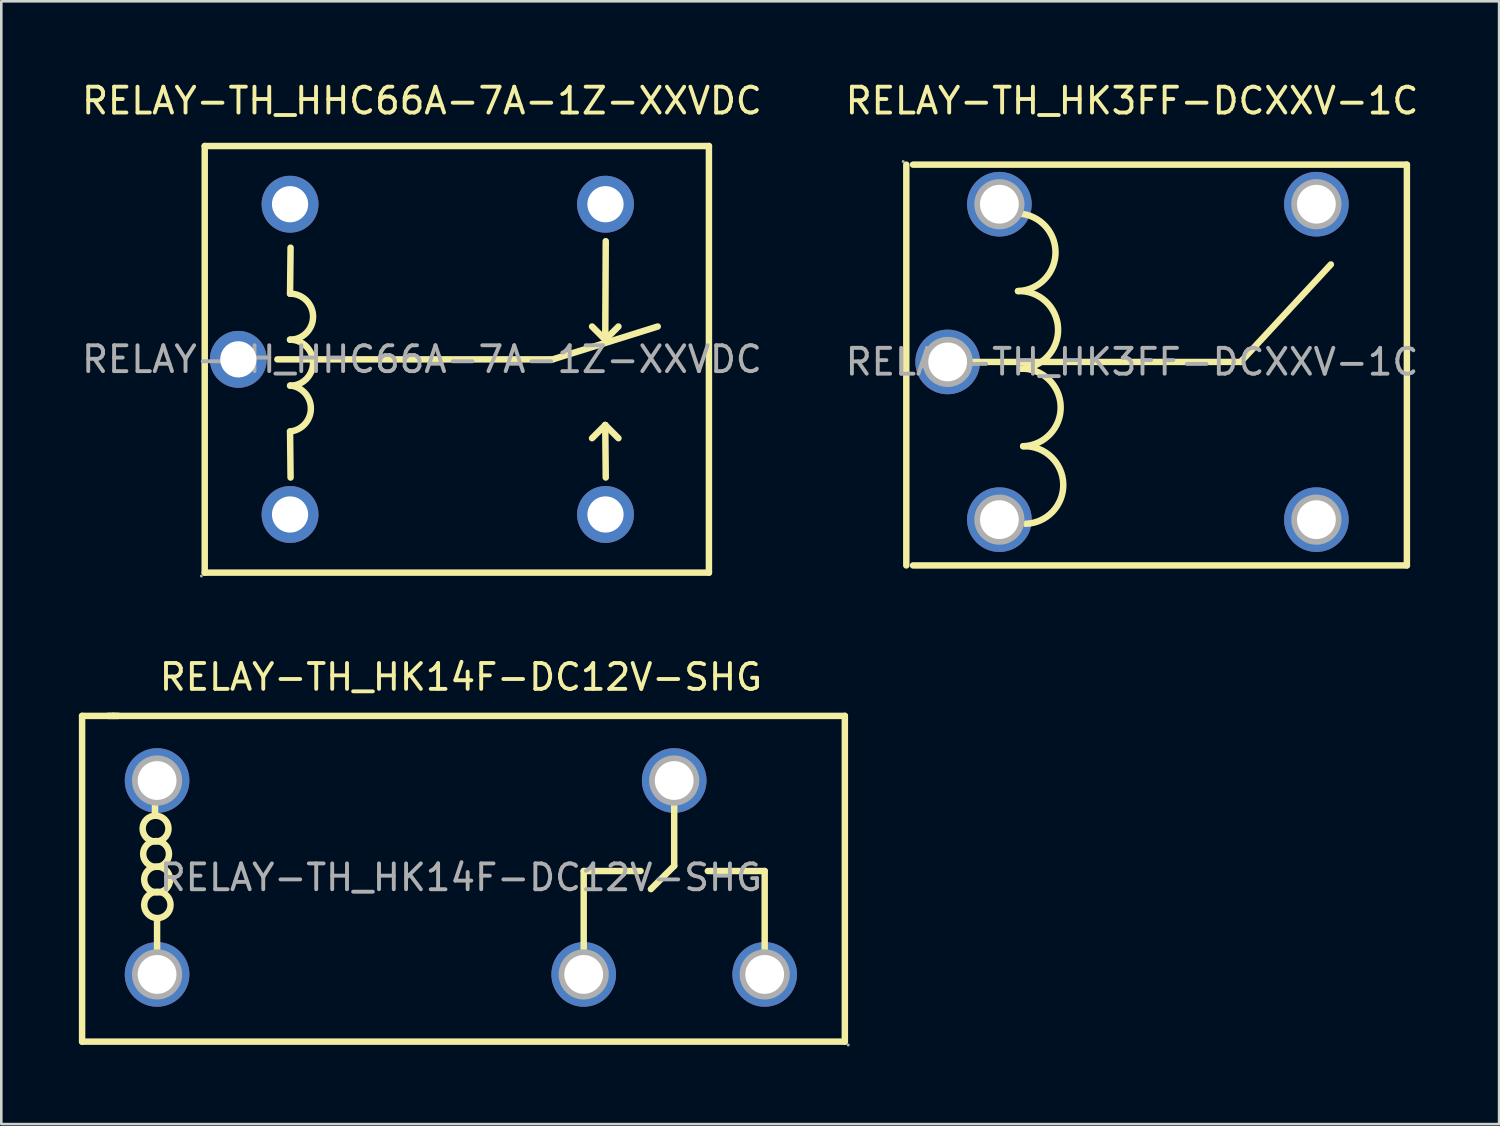
<source format=kicad_pcb>
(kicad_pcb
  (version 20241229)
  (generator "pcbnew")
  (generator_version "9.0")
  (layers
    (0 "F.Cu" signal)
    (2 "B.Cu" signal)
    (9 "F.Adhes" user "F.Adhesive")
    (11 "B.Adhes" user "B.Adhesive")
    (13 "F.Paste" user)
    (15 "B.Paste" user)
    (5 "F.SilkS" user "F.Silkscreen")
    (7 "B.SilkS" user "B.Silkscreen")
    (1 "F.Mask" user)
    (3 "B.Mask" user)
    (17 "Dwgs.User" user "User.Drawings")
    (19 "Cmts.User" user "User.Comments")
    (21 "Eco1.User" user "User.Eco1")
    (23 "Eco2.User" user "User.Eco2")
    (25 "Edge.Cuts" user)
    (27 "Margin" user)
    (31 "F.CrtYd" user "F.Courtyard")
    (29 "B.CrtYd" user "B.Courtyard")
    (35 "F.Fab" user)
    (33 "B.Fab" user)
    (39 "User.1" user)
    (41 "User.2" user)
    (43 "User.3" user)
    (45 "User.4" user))
  (footprint "RELAY-TH_HK14F-DC12V-SHG"
    (layer "F.Cu")
    (at 14.775 30.887)
    (property "Reference" "RELAY-TH_HK14F-DC12V-SHG" (at 0 -7.75 0) (layer "F.SilkS") (effects (font (size 1 1) (thickness 0.15))))
    (attr through_hole)
    (fp_line (start -14.65 -6.25) (end -14.65 6.35) (stroke (width 0.25) (type solid)) (layer "F.SilkS"))
    (fp_line (start -14.65 6.35) (end 14.85 6.35) (stroke (width 0.25) (type solid)) (layer "F.SilkS"))
    (fp_line (start -13.45 -6.25) (end -13.65 -6.25) (stroke (width 0.25) (type solid)) (layer "F.SilkS"))
    (fp_line (start -13.25 -6.25) (end -14.65 -6.25) (stroke (width 0.25) (type solid)) (layer "F.SilkS"))
    (fp_line (start -11.83 -3.59) (end -11.73 -3.69) (stroke (width 0.25) (type solid)) (layer "F.SilkS"))
    (fp_line (start -11.83 -2.39) (end -11.83 -3.59) (stroke (width 0.25) (type solid)) (layer "F.SilkS"))
    (fp_line (start -11.75 1.65) (end -11.75 2.95) (stroke (width 0.25) (type solid)) (layer "F.SilkS"))
    (fp_line (start 4.75 -0.25) (end 6.95 -0.25) (stroke (width 0.25) (type solid)) (layer "F.SilkS"))
    (fp_line (start 4.75 2.85) (end 4.75 -0.25) (stroke (width 0.25) (type solid)) (layer "F.SilkS"))
    (fp_line (start 8.25 -2.85) (end 8.25 -0.45) (stroke (width 0.25) (type solid)) (layer "F.SilkS"))
    (fp_line (start 8.25 -0.45) (end 7.35 0.45) (stroke (width 0.25) (type solid)) (layer "F.SilkS"))
    (fp_line (start 11.75 -0.25) (end 9.55 -0.25) (stroke (width 0.25) (type solid)) (layer "F.SilkS"))
    (fp_line (start 11.75 2.85) (end 11.75 -0.25) (stroke (width 0.25) (type solid)) (layer "F.SilkS"))
    (fp_line (start 14.85 -6.25) (end -13.45 -6.25) (stroke (width 0.25) (type solid)) (layer "F.SilkS"))
    (fp_line (start 14.85 6.35) (end 14.85 -6.25) (stroke (width 0.25) (type solid)) (layer "F.SilkS"))
    (fp_arc (start -11.818726 -1.390076) (mid -11.805637 -2.389981) (end -11.81 -1.39) (stroke (width 0.25) (type solid)) (layer "F.SilkS"))
    (fp_arc (start -11.798726 -0.410076) (mid -11.785637 -1.409981) (end -11.79 -0.41) (stroke (width 0.25) (type solid)) (layer "F.SilkS"))
    (fp_arc (start -11.758726 0.579924) (mid -11.745637 -0.419981) (end -11.75 0.58) (stroke (width 0.25) (type solid)) (layer "F.SilkS"))
    (fp_arc (start -11.748901 1.569922) (mid -11.735549 0.55002) (end -11.74 1.57) (stroke (width 0.25) (type solid)) (layer "F.SilkS"))
    (fp_circle (center -11.75 -3.75) (end -11.43 -3.75) (stroke (width 0.65) (type solid)) (fill no) (layer "F.Fab"))
    (fp_circle (center -11.75 3.75) (end -11.43 3.75) (stroke (width 0.65) (type solid)) (fill no) (layer "F.Fab"))
    (fp_circle (center 4.75 3.75) (end 5.07 3.75) (stroke (width 0.65) (type solid)) (fill no) (layer "F.Fab"))
    (fp_circle (center 8.25 -3.75) (end 8.57 -3.75) (stroke (width 0.65) (type solid)) (fill no) (layer "F.Fab"))
    (fp_circle (center 11.75 3.75) (end 12.07 3.75) (stroke (width 0.65) (type solid)) (fill no) (layer "F.Fab"))
    (fp_circle (center 14.98 6.48) (end 15.01 6.48) (stroke (width 0.06) (type solid)) (fill no) (layer "F.Fab"))
    (fp_text user "${REFERENCE}" (at 0 0 0) (layer "F.Fab") (effects (font (size 1 1) (thickness 0.15))))
    (pad "1" thru_hole circle (at 11.75 3.75) (size 2.5 2.5) (drill 1.5) (layers "*.Cu" "*.Paste" "*.Mask"))
    (pad "2" thru_hole circle (at 4.75 3.75) (size 2.5 2.5) (drill 1.5) (layers "*.Cu" "*.Paste" "*.Mask"))
    (pad "3" thru_hole circle (at -11.75 3.75) (size 2.5 2.5) (drill 1.5) (layers "*.Cu" "*.Paste" "*.Mask"))
    (pad "4" thru_hole circle (at -11.75 -3.75) (size 2.5 2.5) (drill 1.5) (layers "*.Cu" "*.Paste" "*.Mask"))
    (pad "5" thru_hole circle (at 8.25 -3.75) (size 2.5 2.5) (drill 1.5) (layers "*.Cu" "*.Paste" "*.Mask")))
  (footprint "RELAY-TH_HHC66A-7A-1Z-XXVDC"
    (layer "F.Cu")
    (at 13.268 10.848)
    (property "Reference" "RELAY-TH_HHC66A-7A-1Z-XXVDC" (at 0 -10 0) (layer "F.SilkS") (effects (font (size 1 1) (thickness 0.15))))
    (attr through_hole)
    (fp_line (start -8.4 -8.25) (end 11.1 -8.25) (stroke (width 0.25) (type solid)) (layer "F.SilkS"))
    (fp_line (start -8.4 8.25) (end -8.4 -8.25) (stroke (width 0.25) (type solid)) (layer "F.SilkS"))
    (fp_line (start -8.4 8.25) (end 11.1 8.25) (stroke (width 0.25) (type solid)) (layer "F.SilkS"))
    (fp_line (start -5.59 0) (end 5.06 0) (stroke (width 0.25) (type solid)) (layer "F.SilkS"))
    (fp_line (start -5.1 2.79) (end -5.08 4.57) (stroke (width 0.25) (type solid)) (layer "F.SilkS"))
    (fp_line (start -5.08 -4.32) (end -5.1 -2.54) (stroke (width 0.25) (type solid)) (layer "F.SilkS"))
    (fp_line (start 5.06 0) (end 9.12 -1.27) (stroke (width 0.25) (type solid)) (layer "F.SilkS"))
    (fp_line (start 7.09 -0.76) (end 6.58 -1.27) (stroke (width 0.25) (type solid)) (layer "F.SilkS"))
    (fp_line (start 7.09 -0.76) (end 7.6 -1.27) (stroke (width 0.25) (type solid)) (layer "F.SilkS"))
    (fp_line (start 7.09 2.54) (end 6.58 3.05) (stroke (width 0.25) (type solid)) (layer "F.SilkS"))
    (fp_line (start 7.09 2.54) (end 7.6 3.05) (stroke (width 0.25) (type solid)) (layer "F.SilkS"))
    (fp_line (start 7.11 -4.57) (end 7.09 -0.76) (stroke (width 0.25) (type solid)) (layer "F.SilkS"))
    (fp_line (start 7.11 4.57) (end 7.09 2.54) (stroke (width 0.25) (type solid)) (layer "F.SilkS"))
    (fp_line (start 11.1 -8.25) (end 11.1 8.25) (stroke (width 0.25) (type solid)) (layer "F.SilkS"))
    (fp_arc (start -5.1 -2.54) (mid -4.21 -1.65) (end -5.1 -0.76) (stroke (width 0.25) (type solid)) (layer "F.SilkS"))
    (fp_arc (start -5.1 -0.76) (mid -4.21 0.13) (end -5.1 1.02) (stroke (width 0.25) (type solid)) (layer "F.SilkS"))
    (fp_arc (start -5.090664 1.010994) (mid -4.295474 1.904694) (end -5.1 2.79) (stroke (width 0.25) (type solid)) (layer "F.SilkS"))
    (fp_circle (center -8.53 8.38) (end -8.5 8.38) (stroke (width 0.06) (type solid)) (fill no) (layer "F.Fab"))
    (fp_circle (center -7.1 0) (end -6.8 0) (stroke (width 0.6) (type solid)) (fill no) (layer "F.Fab"))
    (fp_circle (center -5.1 -6) (end -4.8 -6) (stroke (width 0.6) (type solid)) (fill no) (layer "F.Fab"))
    (fp_circle (center -5.1 6) (end -4.8 6) (stroke (width 0.6) (type solid)) (fill no) (layer "F.Fab"))
    (fp_circle (center 7.1 -6) (end 7.4 -6) (stroke (width 0.6) (type solid)) (fill no) (layer "F.Fab"))
    (fp_circle (center 7.1 6) (end 7.4 6) (stroke (width 0.6) (type solid)) (fill no) (layer "F.Fab"))
    (fp_text user "${REFERENCE}" (at 0 0 0) (layer "F.Fab") (effects (font (size 1 1) (thickness 0.15))))
    (pad "1" thru_hole circle (at -7.1 0) (size 2.2 2.2) (drill 1.4) (layers "*.Cu" "*.Paste" "*.Mask"))
    (pad "2" thru_hole circle (at -5.1 6) (size 2.2 2.2) (drill 1.4) (layers "*.Cu" "*.Paste" "*.Mask"))
    (pad "3" thru_hole circle (at 7.1 6) (size 2.2 2.2) (drill 1.4) (layers "*.Cu" "*.Paste" "*.Mask"))
    (pad "4" thru_hole circle (at 7.1 -6) (size 2.2 2.2) (drill 1.4) (layers "*.Cu" "*.Paste" "*.Mask"))
    (pad "5" thru_hole circle (at -5.1 -6) (size 2.2 2.2) (drill 1.4) (layers "*.Cu" "*.Paste" "*.Mask")))
  (footprint "RELAY-TH_HK3FF-DCXXV-1C"
    (layer "F.Cu")
    (at 40.732 10.948)
    (property "Reference" "RELAY-TH_HK3FF-DCXXV-1C" (at 0 -10.1 0) (layer "F.SilkS") (effects (font (size 1 1) (thickness 0.15))))
    (attr through_hole)
    (fp_line (start -8.73 -7.63) (end -8.73 7.87) (stroke (width 0.25) (type solid)) (layer "F.SilkS"))
    (fp_line (start -7.01 0) (end 4.2 0) (stroke (width 0.25) (type solid)) (layer "F.SilkS"))
    (fp_line (start -7.01 0.23) (end -7.01 0) (stroke (width 0.25) (type solid)) (layer "F.SilkS"))
    (fp_line (start 4.2 0) (end 7.69 -3.77) (stroke (width 0.25) (type solid)) (layer "F.SilkS"))
    (fp_line (start 10.63 -7.63) (end -8.47 -7.63) (stroke (width 0.25) (type solid)) (layer "F.SilkS"))
    (fp_line (start 10.63 -7.63) (end 10.63 7.87) (stroke (width 0.25) (type solid)) (layer "F.SilkS"))
    (fp_line (start 10.63 7.87) (end -8.47 7.87) (stroke (width 0.25) (type solid)) (layer "F.SilkS"))
    (fp_arc (start -4.51 -5.74) (mid -2.96 -4.29) (end -4.41 -2.74) (stroke (width 0.25) (type solid)) (layer "F.SilkS"))
    (fp_arc (start -4.41 -2.74) (mid -2.86 -1.29) (end -4.31 0.26) (stroke (width 0.25) (type solid)) (layer "F.SilkS"))
    (fp_arc (start -4.31 0.26) (mid -2.76 1.71) (end -4.21 3.26) (stroke (width 0.25) (type solid)) (layer "F.SilkS"))
    (fp_arc (start -4.21 3.26) (mid -2.66 4.71) (end -4.11 6.26) (stroke (width 0.25) (type solid)) (layer "F.SilkS"))
    (fp_circle (center -8.85 -7.75) (end -8.82 -7.75) (stroke (width 0.06) (type solid)) (fill no) (layer "F.Fab"))
    (fp_circle (center -7.13 0) (end -6.81 0) (stroke (width 0.65) (type solid)) (fill no) (layer "F.Fab"))
    (fp_circle (center -5.13 -6.1) (end -4.81 -6.1) (stroke (width 0.65) (type solid)) (fill no) (layer "F.Fab"))
    (fp_circle (center -5.13 6.1) (end -4.81 6.1) (stroke (width 0.65) (type solid)) (fill no) (layer "F.Fab"))
    (fp_circle (center 7.13 -6.1) (end 7.45 -6.1) (stroke (width 0.65) (type solid)) (fill no) (layer "F.Fab"))
    (fp_circle (center 7.13 6.1) (end 7.45 6.1) (stroke (width 0.65) (type solid)) (fill no) (layer "F.Fab"))
    (fp_text user "${REFERENCE}" (at 0 0 0) (layer "F.Fab") (effects (font (size 1 1) (thickness 0.15))))
    (pad "1" thru_hole circle (at -5.13 -6.1 90) (size 2.5 2.5) (drill 1.5) (layers "*.Cu" "*.Paste" "*.Mask"))
    (pad "2" thru_hole circle (at -5.13 6.1 90) (size 2.5 2.5) (drill 1.5) (layers "*.Cu" "*.Paste" "*.Mask"))
    (pad "3" thru_hole circle (at 7.13 -6.1 90) (size 2.5 2.5) (drill 1.5) (layers "*.Cu" "*.Paste" "*.Mask"))
    (pad "4" thru_hole circle (at 7.13 6.1 90) (size 2.5 2.5) (drill 1.5) (layers "*.Cu" "*.Paste" "*.Mask"))
    (pad "5" thru_hole circle (at -7.13 0 90) (size 2.5 2.5) (drill 1.5) (layers "*.Cu" "*.Paste" "*.Mask")))
  (gr_rect
    (start -3 -3)
    (end 54.929 40.426)
    (stroke (width 0.1) (type default))
    (fill no)
    (layer "Edge.Cuts")))
</source>
